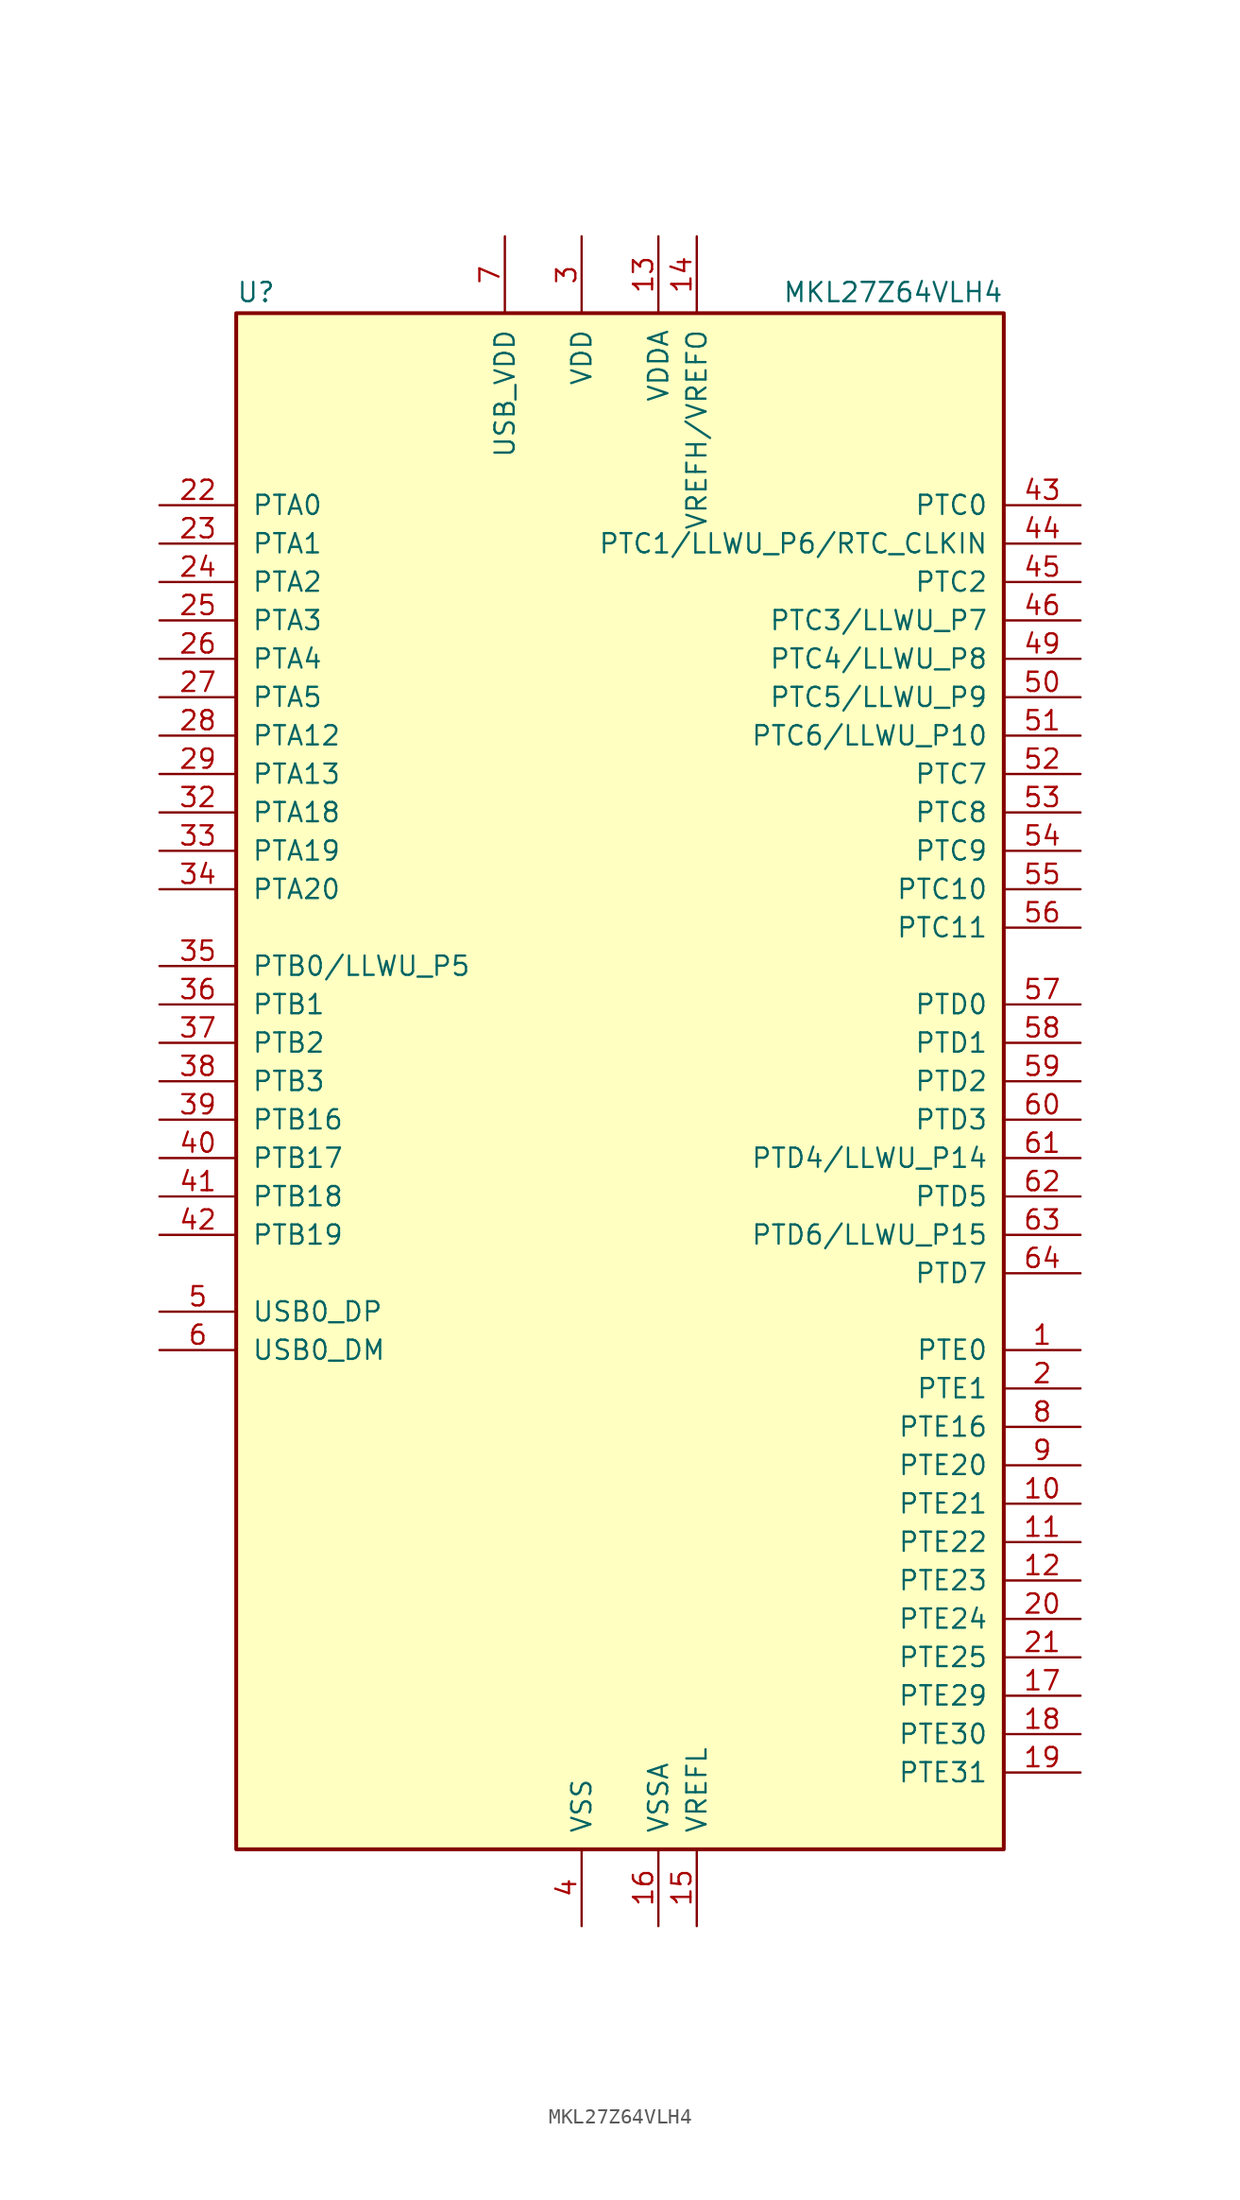
<source format=kicad_sym>
(kicad_symbol_lib
  (version 20241209)
  (generator "kicad_symbol_editor")
  (generator_version "9.0")
  (symbol "MKL27Z64VLH4"
    (pin_names
      (offset 1.016))
    (property "Reference" "U"
      (at -25.4 51.435 0)
      (effects (font (size 1.27 1.27)) (justify left bottom)))
    (property "Value" "MKL27Z64VLH4"
      (at 25.4 51.435 0)
      (effects (font (size 1.27 1.27)) (justify right bottom)))
    (symbol "MKL27Z64VLH4_0_1"
      (rectangle (start -25.4 50.8) (end 25.4 -50.8) (stroke (width 0.254) (type default)) (fill (type background))))
    (symbol "MKL27Z64VLH4_1_1"
      (pin bidirectional line (at -30.48 38.1 0) (length 5.08) (name "PTA0" (effects (font (size 1.27 1.27)))) (number "22" (effects (font (size 1.27 1.27)))))
      (pin bidirectional line (at -30.48 35.56 0) (length 5.08) (name "PTA1" (effects (font (size 1.27 1.27)))) (number "23" (effects (font (size 1.27 1.27)))))
      (pin bidirectional line (at -30.48 33.02 0) (length 5.08) (name "PTA2" (effects (font (size 1.27 1.27)))) (number "24" (effects (font (size 1.27 1.27)))))
      (pin bidirectional line (at -30.48 30.48 0) (length 5.08) (name "PTA3" (effects (font (size 1.27 1.27)))) (number "25" (effects (font (size 1.27 1.27)))))
      (pin bidirectional line (at -30.48 27.94 0) (length 5.08) (name "PTA4" (effects (font (size 1.27 1.27)))) (number "26" (effects (font (size 1.27 1.27)))))
      (pin bidirectional line (at -30.48 25.4 0) (length 5.08) (name "PTA5" (effects (font (size 1.27 1.27)))) (number "27" (effects (font (size 1.27 1.27)))))
      (pin bidirectional line (at -30.48 22.86 0) (length 5.08) (name "PTA12" (effects (font (size 1.27 1.27)))) (number "28" (effects (font (size 1.27 1.27)))))
      (pin bidirectional line (at -30.48 20.32 0) (length 5.08) (name "PTA13" (effects (font (size 1.27 1.27)))) (number "29" (effects (font (size 1.27 1.27)))))
      (pin bidirectional line (at -30.48 17.78 0) (length 5.08) (name "PTA18" (effects (font (size 1.27 1.27)))) (number "32" (effects (font (size 1.27 1.27)))))
      (pin bidirectional line (at -30.48 15.24 0) (length 5.08) (name "PTA19" (effects (font (size 1.27 1.27)))) (number "33" (effects (font (size 1.27 1.27)))))
      (pin bidirectional line (at -30.48 12.7 0) (length 5.08) (name "PTA20" (effects (font (size 1.27 1.27)))) (number "34" (effects (font (size 1.27 1.27)))))
      (pin bidirectional line (at -30.48 7.62 0) (length 5.08) (name "PTB0/LLWU_P5" (effects (font (size 1.27 1.27)))) (number "35" (effects (font (size 1.27 1.27)))))
      (pin bidirectional line (at -30.48 5.08 0) (length 5.08) (name "PTB1" (effects (font (size 1.27 1.27)))) (number "36" (effects (font (size 1.27 1.27)))))
      (pin bidirectional line (at -30.48 2.54 0) (length 5.08) (name "PTB2" (effects (font (size 1.27 1.27)))) (number "37" (effects (font (size 1.27 1.27)))))
      (pin bidirectional line (at -30.48 0 0) (length 5.08) (name "PTB3" (effects (font (size 1.27 1.27)))) (number "38" (effects (font (size 1.27 1.27)))))
      (pin bidirectional line (at -30.48 -2.54 0) (length 5.08) (name "PTB16" (effects (font (size 1.27 1.27)))) (number "39" (effects (font (size 1.27 1.27)))))
      (pin bidirectional line (at -30.48 -5.08 0) (length 5.08) (name "PTB17" (effects (font (size 1.27 1.27)))) (number "40" (effects (font (size 1.27 1.27)))))
      (pin bidirectional line (at -30.48 -7.62 0) (length 5.08) (name "PTB18" (effects (font (size 1.27 1.27)))) (number "41" (effects (font (size 1.27 1.27)))))
      (pin bidirectional line (at -30.48 -10.16 0) (length 5.08) (name "PTB19" (effects (font (size 1.27 1.27)))) (number "42" (effects (font (size 1.27 1.27)))))
      (pin bidirectional line (at -30.48 -15.24 0) (length 5.08) (name "USB0_DP" (effects (font (size 1.27 1.27)))) (number "5" (effects (font (size 1.27 1.27)))))
      (pin bidirectional line (at -30.48 -17.78 0) (length 5.08) (name "USB0_DM" (effects (font (size 1.27 1.27)))) (number "6" (effects (font (size 1.27 1.27)))))
      (pin power_in line (at -7.62 55.88 270) (length 5.08) (name "USB_VDD" (effects (font (size 1.27 1.27)))) (number "7" (effects (font (size 1.27 1.27)))))
      (pin power_in line (at -2.54 55.88 270) (length 5.08) (name "VDD" (effects (font (size 1.27 1.27)))) (number "3" (effects (font (size 1.27 1.27)))))
      (pin passive line (at -2.54 55.88 270) (length 5.08) (hide yes) (name "VDD" (effects (font (size 1.27 1.27)))) (number "30" (effects (font (size 1.27 1.27)))))
      (pin passive line (at -2.54 55.88 270) (length 5.08) (hide yes) (name "VDD" (effects (font (size 1.27 1.27)))) (number "48" (effects (font (size 1.27 1.27)))))
      (pin passive line (at -2.54 -55.88 90) (length 5.08) (hide yes) (name "VSS" (effects (font (size 1.27 1.27)))) (number "31" (effects (font (size 1.27 1.27)))))
      (pin power_in line (at -2.54 -55.88 90) (length 5.08) (name "VSS" (effects (font (size 1.27 1.27)))) (number "4" (effects (font (size 1.27 1.27)))))
      (pin passive line (at -2.54 -55.88 90) (length 5.08) (hide yes) (name "VSS" (effects (font (size 1.27 1.27)))) (number "47" (effects (font (size 1.27 1.27)))))
      (pin power_in line (at 2.54 55.88 270) (length 5.08) (name "VDDA" (effects (font (size 1.27 1.27)))) (number "13" (effects (font (size 1.27 1.27)))))
      (pin power_in line (at 2.54 -55.88 90) (length 5.08) (name "VSSA" (effects (font (size 1.27 1.27)))) (number "16" (effects (font (size 1.27 1.27)))))
      (pin power_in line (at 5.08 55.88 270) (length 5.08) (name "VREFH/VREFO" (effects (font (size 1.27 1.27)))) (number "14" (effects (font (size 1.27 1.27)))))
      (pin power_in line (at 5.08 -55.88 90) (length 5.08) (name "VREFL" (effects (font (size 1.27 1.27)))) (number "15" (effects (font (size 1.27 1.27)))))
      (pin bidirectional line (at 30.48 38.1 180) (length 5.08) (name "PTC0" (effects (font (size 1.27 1.27)))) (number "43" (effects (font (size 1.27 1.27)))))
      (pin bidirectional line (at 30.48 35.56 180) (length 5.08) (name "PTC1/LLWU_P6/RTC_CLKIN" (effects (font (size 1.27 1.27)))) (number "44" (effects (font (size 1.27 1.27)))))
      (pin bidirectional line (at 30.48 33.02 180) (length 5.08) (name "PTC2" (effects (font (size 1.27 1.27)))) (number "45" (effects (font (size 1.27 1.27)))))
      (pin bidirectional line (at 30.48 30.48 180) (length 5.08) (name "PTC3/LLWU_P7" (effects (font (size 1.27 1.27)))) (number "46" (effects (font (size 1.27 1.27)))))
      (pin bidirectional line (at 30.48 27.94 180) (length 5.08) (name "PTC4/LLWU_P8" (effects (font (size 1.27 1.27)))) (number "49" (effects (font (size 1.27 1.27)))))
      (pin bidirectional line (at 30.48 25.4 180) (length 5.08) (name "PTC5/LLWU_P9" (effects (font (size 1.27 1.27)))) (number "50" (effects (font (size 1.27 1.27)))))
      (pin bidirectional line (at 30.48 22.86 180) (length 5.08) (name "PTC6/LLWU_P10" (effects (font (size 1.27 1.27)))) (number "51" (effects (font (size 1.27 1.27)))))
      (pin bidirectional line (at 30.48 20.32 180) (length 5.08) (name "PTC7" (effects (font (size 1.27 1.27)))) (number "52" (effects (font (size 1.27 1.27)))))
      (pin bidirectional line (at 30.48 17.78 180) (length 5.08) (name "PTC8" (effects (font (size 1.27 1.27)))) (number "53" (effects (font (size 1.27 1.27)))))
      (pin bidirectional line (at 30.48 15.24 180) (length 5.08) (name "PTC9" (effects (font (size 1.27 1.27)))) (number "54" (effects (font (size 1.27 1.27)))))
      (pin bidirectional line (at 30.48 12.7 180) (length 5.08) (name "PTC10" (effects (font (size 1.27 1.27)))) (number "55" (effects (font (size 1.27 1.27)))))
      (pin bidirectional line (at 30.48 10.16 180) (length 5.08) (name "PTC11" (effects (font (size 1.27 1.27)))) (number "56" (effects (font (size 1.27 1.27)))))
      (pin bidirectional line (at 30.48 5.08 180) (length 5.08) (name "PTD0" (effects (font (size 1.27 1.27)))) (number "57" (effects (font (size 1.27 1.27)))))
      (pin bidirectional line (at 30.48 2.54 180) (length 5.08) (name "PTD1" (effects (font (size 1.27 1.27)))) (number "58" (effects (font (size 1.27 1.27)))))
      (pin bidirectional line (at 30.48 0 180) (length 5.08) (name "PTD2" (effects (font (size 1.27 1.27)))) (number "59" (effects (font (size 1.27 1.27)))))
      (pin bidirectional line (at 30.48 -2.54 180) (length 5.08) (name "PTD3" (effects (font (size 1.27 1.27)))) (number "60" (effects (font (size 1.27 1.27)))))
      (pin bidirectional line (at 30.48 -5.08 180) (length 5.08) (name "PTD4/LLWU_P14" (effects (font (size 1.27 1.27)))) (number "61" (effects (font (size 1.27 1.27)))))
      (pin bidirectional line (at 30.48 -7.62 180) (length 5.08) (name "PTD5" (effects (font (size 1.27 1.27)))) (number "62" (effects (font (size 1.27 1.27)))))
      (pin bidirectional line (at 30.48 -10.16 180) (length 5.08) (name "PTD6/LLWU_P15" (effects (font (size 1.27 1.27)))) (number "63" (effects (font (size 1.27 1.27)))))
      (pin bidirectional line (at 30.48 -12.7 180) (length 5.08) (name "PTD7" (effects (font (size 1.27 1.27)))) (number "64" (effects (font (size 1.27 1.27)))))
      (pin bidirectional line (at 30.48 -17.78 180) (length 5.08) (name "PTE0" (effects (font (size 1.27 1.27)))) (number "1" (effects (font (size 1.27 1.27)))))
      (pin bidirectional line (at 30.48 -20.32 180) (length 5.08) (name "PTE1" (effects (font (size 1.27 1.27)))) (number "2" (effects (font (size 1.27 1.27)))))
      (pin bidirectional line (at 30.48 -22.86 180) (length 5.08) (name "PTE16" (effects (font (size 1.27 1.27)))) (number "8" (effects (font (size 1.27 1.27)))))
      (pin bidirectional line (at 30.48 -25.4 180) (length 5.08) (name "PTE20" (effects (font (size 1.27 1.27)))) (number "9" (effects (font (size 1.27 1.27)))))
      (pin bidirectional line (at 30.48 -27.94 180) (length 5.08) (name "PTE21" (effects (font (size 1.27 1.27)))) (number "10" (effects (font (size 1.27 1.27)))))
      (pin bidirectional line (at 30.48 -30.48 180) (length 5.08) (name "PTE22" (effects (font (size 1.27 1.27)))) (number "11" (effects (font (size 1.27 1.27)))))
      (pin bidirectional line (at 30.48 -33.02 180) (length 5.08) (name "PTE23" (effects (font (size 1.27 1.27)))) (number "12" (effects (font (size 1.27 1.27)))))
      (pin bidirectional line (at 30.48 -35.56 180) (length 5.08) (name "PTE24" (effects (font (size 1.27 1.27)))) (number "20" (effects (font (size 1.27 1.27)))))
      (pin bidirectional line (at 30.48 -38.1 180) (length 5.08) (name "PTE25" (effects (font (size 1.27 1.27)))) (number "21" (effects (font (size 1.27 1.27)))))
      (pin bidirectional line (at 30.48 -40.64 180) (length 5.08) (name "PTE29" (effects (font (size 1.27 1.27)))) (number "17" (effects (font (size 1.27 1.27)))))
      (pin bidirectional line (at 30.48 -43.18 180) (length 5.08) (name "PTE30" (effects (font (size 1.27 1.27)))) (number "18" (effects (font (size 1.27 1.27)))))
      (pin bidirectional line (at 30.48 -45.72 180) (length 5.08) (name "PTE31" (effects (font (size 1.27 1.27)))) (number "19" (effects (font (size 1.27 1.27))))))))
</source>
